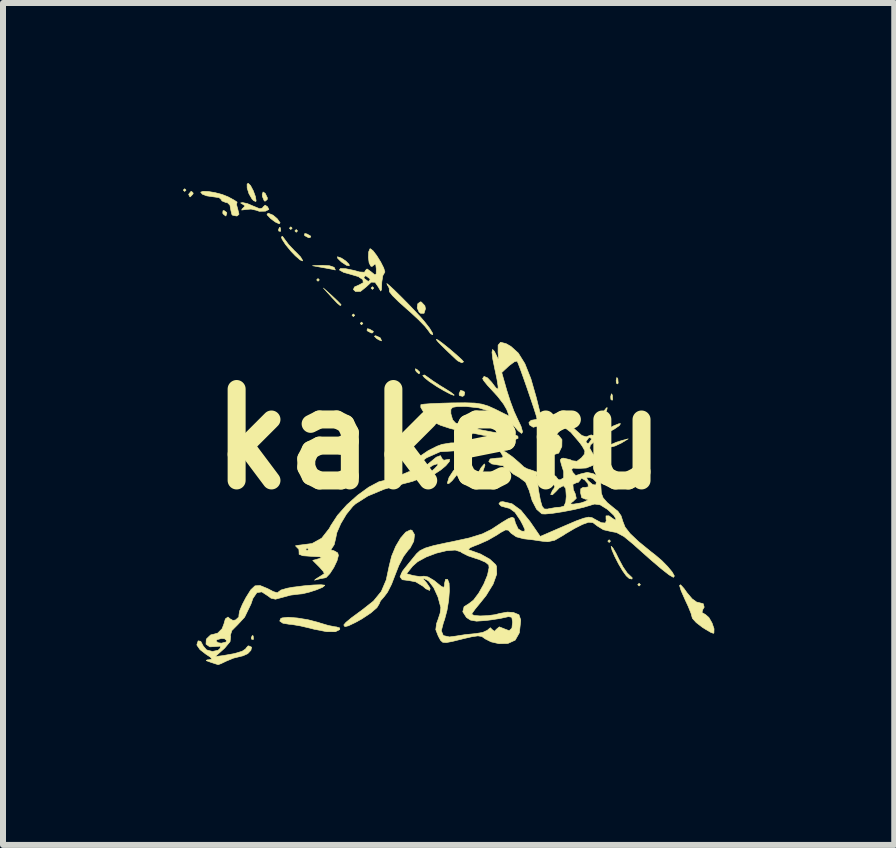
<source format=kicad_pcb>
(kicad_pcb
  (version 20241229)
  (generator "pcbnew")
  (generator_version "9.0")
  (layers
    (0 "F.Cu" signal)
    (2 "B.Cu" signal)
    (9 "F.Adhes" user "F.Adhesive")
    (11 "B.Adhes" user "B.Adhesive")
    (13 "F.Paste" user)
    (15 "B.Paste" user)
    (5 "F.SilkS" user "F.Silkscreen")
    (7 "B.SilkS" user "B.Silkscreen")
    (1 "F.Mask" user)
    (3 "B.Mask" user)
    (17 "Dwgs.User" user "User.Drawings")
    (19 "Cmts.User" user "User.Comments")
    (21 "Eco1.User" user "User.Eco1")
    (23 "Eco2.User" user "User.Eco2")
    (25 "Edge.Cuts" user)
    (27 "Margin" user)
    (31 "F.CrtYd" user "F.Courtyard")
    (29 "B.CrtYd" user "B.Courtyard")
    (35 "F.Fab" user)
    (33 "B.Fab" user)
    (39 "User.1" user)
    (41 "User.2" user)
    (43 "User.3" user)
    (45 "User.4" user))
  (footprint "kakeru"
    (layer "F.Cu")
    (at 4.269 4.269)
    (property "Reference" "kakeru" (at 0 0 0) (layer "F.SilkS") (effects (font (size 1.524 1.524) (thickness 0.3))))
    (attr through_hole)
    (fp_poly (pts (xy -4.218 -4.15) (xy -4.241 -4.128) (xy -4.264 -4.15) (xy -4.241 -4.173) (xy -4.218 -4.15)) (stroke (width 0.01) (type solid)) (fill yes) (layer "F.SilkS"))
    (fp_poly (pts (xy -2.449 -3.515) (xy -2.472 -3.493) (xy -2.495 -3.515) (xy -2.472 -3.538) (xy -2.449 -3.515)) (stroke (width 0.01) (type solid)) (fill yes) (layer "F.SilkS"))
    (fp_poly (pts (xy -2.359 -3.47) (xy -2.381 -3.447) (xy -2.404 -3.47) (xy -2.381 -3.493) (xy -2.359 -3.47)) (stroke (width 0.01) (type solid)) (fill yes) (layer "F.SilkS"))
    (fp_poly (pts (xy -1.996 -2.653) (xy -2.018 -2.631) (xy -2.041 -2.653) (xy -2.018 -2.676) (xy -1.996 -2.653)) (stroke (width 0.01) (type solid)) (fill yes) (layer "F.SilkS"))
    (fp_poly (pts (xy -1.406 -2.064) (xy -1.429 -2.041) (xy -1.451 -2.064) (xy -1.429 -2.086) (xy -1.406 -2.064)) (stroke (width 0.01) (type solid)) (fill yes) (layer "F.SilkS"))
    (fp_poly (pts (xy -1.27 -1.928) (xy -1.293 -1.905) (xy -1.315 -1.928) (xy -1.293 -1.95) (xy -1.27 -1.928)) (stroke (width 0.01) (type solid)) (fill yes) (layer "F.SilkS"))
    (fp_poly (pts (xy -1.089 -2.517) (xy -1.111 -2.495) (xy -1.134 -2.517) (xy -1.111 -2.54) (xy -1.089 -2.517)) (stroke (width 0.01) (type solid)) (fill yes) (layer "F.SilkS"))
    (fp_poly (pts (xy 0.454 0.522) (xy 0.431 0.544) (xy 0.408 0.522) (xy 0.431 0.499) (xy 0.454 0.522)) (stroke (width 0.01) (type solid)) (fill yes) (layer "F.SilkS"))
    (fp_poly (pts (xy 2.721 0.159) (xy 2.699 0.181) (xy 2.676 0.159) (xy 2.699 0.136) (xy 2.721 0.159)) (stroke (width 0.01) (type solid)) (fill yes) (layer "F.SilkS"))
    (fp_poly (pts (xy 2.857 1.701) (xy 2.835 1.724) (xy 2.812 1.701) (xy 2.835 1.678) (xy 2.857 1.701)) (stroke (width 0.01) (type solid)) (fill yes) (layer "F.SilkS"))
    (fp_poly (pts (xy 3.356 2.427) (xy 3.334 2.449) (xy 3.311 2.427) (xy 3.334 2.404) (xy 3.356 2.427)) (stroke (width 0.01) (type solid)) (fill yes) (layer "F.SilkS"))
    (fp_poly (pts (xy -3.099 3.281) (xy -3.094 3.335) (xy -3.099 3.341) (xy -3.126 3.335) (xy -3.13 3.311) (xy -3.113 3.274) (xy -3.099 3.281)) (stroke (width 0.01) (type solid)) (fill yes) (layer "F.SilkS"))
    (fp_poly (pts (xy -2.646 -3.523) (xy -2.64 -3.469) (xy -2.646 -3.462) (xy -2.673 -3.468) (xy -2.676 -3.493) (xy -2.659 -3.53) (xy -2.646 -3.523)) (stroke (width 0.01) (type solid)) (fill yes) (layer "F.SilkS"))
    (fp_poly (pts (xy 0.53 0.536) (xy 0.535 0.607) (xy 0.526 0.623) (xy 0.506 0.609) (xy 0.503 0.563) (xy 0.514 0.515) (xy 0.53 0.536)) (stroke (width 0.01) (type solid)) (fill yes) (layer "F.SilkS"))
    (fp_poly (pts (xy 2.888 -0.734) (xy 2.894 -0.663) (xy 2.885 -0.647) (xy 2.864 -0.661) (xy 2.861 -0.707) (xy 2.872 -0.755) (xy 2.888 -0.734)) (stroke (width 0.01) (type solid)) (fill yes) (layer "F.SilkS"))
    (fp_poly (pts (xy 2.979 -1.006) (xy 2.985 -0.935) (xy 2.976 -0.919) (xy 2.955 -0.933) (xy 2.952 -0.979) (xy 2.963 -1.027) (xy 2.979 -1.006)) (stroke (width 0.01) (type solid)) (fill yes) (layer "F.SilkS"))
    (fp_poly (pts (xy -2.202 -3.419) (xy -2.138 -3.382) (xy -2.149 -3.359) (xy -2.174 -3.356) (xy -2.236 -3.389) (xy -2.245 -3.401) (xy -2.238 -3.427) (xy -2.202 -3.419)) (stroke (width 0.01) (type solid)) (fill yes) (layer "F.SilkS"))
    (fp_poly (pts (xy -1.159 -1.832) (xy -1.095 -1.795) (xy -1.106 -1.771) (xy -1.131 -1.769) (xy -1.193 -1.802) (xy -1.202 -1.814) (xy -1.194 -1.84) (xy -1.159 -1.832)) (stroke (width 0.01) (type solid)) (fill yes) (layer "F.SilkS"))
    (fp_poly (pts (xy -0.985 -1.691) (xy -0.975 -1.678) (xy -0.959 -1.637) (xy -1.002 -1.653) (xy -1.043 -1.678) (xy -1.078 -1.715) (xy -1.057 -1.723) (xy -0.985 -1.691)) (stroke (width 0.01) (type solid)) (fill yes) (layer "F.SilkS"))
    (fp_poly (pts (xy -0.37 -1.161) (xy -0.321 -1.115) (xy -0.331 -1.089) (xy -0.338 -1.089) (xy -0.376 -1.121) (xy -0.39 -1.141) (xy -0.395 -1.172) (xy -0.37 -1.161)) (stroke (width 0.01) (type solid)) (fill yes) (layer "F.SilkS"))
    (fp_poly (pts (xy 0.411 -0.797) (xy 0.428 -0.776) (xy 0.417 -0.727) (xy 0.393 -0.712) (xy 0.34 -0.725) (xy 0.333 -0.753) (xy 0.358 -0.812) (xy 0.411 -0.797)) (stroke (width 0.01) (type solid)) (fill yes) (layer "F.SilkS"))
    (fp_poly (pts (xy -4.098 -4.1) (xy -4.105 -4.082) (xy -4.146 -4.039) (xy -4.153 -4.037) (xy -4.172 -4.072) (xy -4.173 -4.082) (xy -4.138 -4.126) (xy -4.125 -4.128) (xy -4.098 -4.1)) (stroke (width 0.01) (type solid)) (fill yes) (layer "F.SilkS"))
    (fp_poly (pts (xy -3.54 -3.777) (xy -3.538 -3.765) (xy -3.553 -3.72) (xy -3.558 -3.719) (xy -3.597 -3.751) (xy -3.606 -3.765) (xy -3.602 -3.806) (xy -3.586 -3.81) (xy -3.54 -3.777)) (stroke (width 0.01) (type solid)) (fill yes) (layer "F.SilkS"))
    (fp_poly (pts (xy -2.898 -4.095) (xy -2.862 -4.021) (xy -2.865 -3.993) (xy -2.901 -3.965) (xy -2.915 -3.973) (xy -2.945 -4.044) (xy -2.948 -4.076) (xy -2.934 -4.119) (xy -2.898 -4.095)) (stroke (width 0.01) (type solid)) (fill yes) (layer "F.SilkS"))
    (fp_poly (pts (xy 0.438 0.618) (xy 0.431 0.635) (xy 0.371 0.679) (xy 0.358 0.68) (xy 0.333 0.652) (xy 0.34 0.635) (xy 0.4 0.591) (xy 0.414 0.59) (xy 0.438 0.618)) (stroke (width 0.01) (type solid)) (fill yes) (layer "F.SilkS"))
    (fp_poly (pts (xy -2.769 -3.733) (xy -2.699 -3.674) (xy -2.65 -3.606) (xy -2.665 -3.588) (xy -2.731 -3.619) (xy -2.806 -3.675) (xy -2.869 -3.741) (xy -2.851 -3.765) (xy -2.847 -3.765) (xy -2.769 -3.733)) (stroke (width 0.01) (type solid)) (fill yes) (layer "F.SilkS"))
    (fp_poly (pts (xy -1.78 -2.384) (xy -1.691 -2.3) (xy -1.639 -2.246) (xy -1.633 -2.237) (xy -1.647 -2.225) (xy -1.697 -2.266) (xy -1.793 -2.368) (xy -1.794 -2.37) (xy -1.928 -2.517) (xy -1.78 -2.384)) (stroke (width 0.01) (type solid)) (fill yes) (layer "F.SilkS"))
    (fp_poly (pts (xy -0.295 -2.284) (xy -0.237 -2.222) (xy -0.227 -2.172) (xy -0.251 -2.097) (xy -0.309 -2.097) (xy -0.333 -2.117) (xy -0.365 -2.186) (xy -0.355 -2.256) (xy -0.312 -2.288) (xy -0.295 -2.284)) (stroke (width 0.01) (type solid)) (fill yes) (layer "F.SilkS"))
    (fp_poly (pts (xy 0.765 0.434) (xy 0.732 0.531) (xy 0.705 0.596) (xy 0.661 0.683) (xy 0.64 0.689) (xy 0.637 0.655) (xy 0.662 0.545) (xy 0.702 0.474) (xy 0.755 0.414) (xy 0.765 0.434)) (stroke (width 0.01) (type solid)) (fill yes) (layer "F.SilkS"))
    (fp_poly (pts (xy 3.039 0.065) (xy 2.933 0.115) (xy 2.857 0.133) (xy 2.812 0.128) (xy 2.848 0.1) (xy 2.857 0.095) (xy 2.954 0.053) (xy 3.039 0.026) (xy 3.152 -0.004) (xy 3.039 0.065)) (stroke (width 0.01) (type solid)) (fill yes) (layer "F.SilkS"))
    (fp_poly (pts (xy -1.825 -2.889) (xy -1.752 -2.864) (xy -1.746 -2.857) (xy -1.729 -2.819) (xy -1.732 -2.819) (xy -1.781 -2.83) (xy -1.887 -2.85) (xy -1.928 -2.857) (xy -2.109 -2.89) (xy -1.942 -2.896) (xy -1.825 -2.889)) (stroke (width 0.01) (type solid)) (fill yes) (layer "F.SilkS"))
    (fp_poly (pts (xy -1.627 -3.016) (xy -1.553 -2.966) (xy -1.501 -2.913) (xy -1.497 -2.888) (xy -1.544 -2.897) (xy -1.625 -2.951) (xy -1.627 -2.952) (xy -1.689 -3.012) (xy -1.694 -3.039) (xy -1.692 -3.039) (xy -1.627 -3.016)) (stroke (width 0.01) (type solid)) (fill yes) (layer "F.SilkS"))
    (fp_poly (pts (xy 1.986 -0.069) (xy 2.048 0.009) (xy 2.046 0.124) (xy 1.994 0.234) (xy 1.922 0.256) (xy 1.84 0.2) (xy 1.785 0.103) (xy 1.787 0.001) (xy 1.841 -0.071) (xy 1.873 -0.083) (xy 1.986 -0.069)) (stroke (width 0.01) (type solid)) (fill yes) (layer "F.SilkS"))
    (fp_poly (pts (xy -3.143 -4.226) (xy -3.097 -4.139) (xy -3.061 -4.041) (xy -3.05 -3.971) (xy -3.055 -3.96) (xy -3.092 -3.975) (xy -3.118 -4.002) (xy -3.169 -4.09) (xy -3.199 -4.184) (xy -3.2 -4.25) (xy -3.182 -4.264) (xy -3.143 -4.226)) (stroke (width 0.01) (type solid)) (fill yes) (layer "F.SilkS"))
    (fp_poly (pts (xy 2.793 -0.478) (xy 2.749 -0.39) (xy 2.69 -0.291) (xy 2.634 -0.211) (xy 2.601 -0.181) (xy 2.608 -0.216) (xy 2.65 -0.305) (xy 2.681 -0.362) (xy 2.745 -0.465) (xy 2.791 -0.521) (xy 2.803 -0.523) (xy 2.793 -0.478)) (stroke (width 0.01) (type solid)) (fill yes) (layer "F.SilkS"))
    (fp_poly (pts (xy 0.368 0.484) (xy 0.365 0.489) (xy 0.293 0.599) (xy 0.22 0.69) (xy 0.162 0.742) (xy 0.137 0.737) (xy 0.137 0.735) (xy 0.166 0.64) (xy 0.237 0.53) (xy 0.319 0.449) (xy 0.344 0.436) (xy 0.387 0.431) (xy 0.368 0.484)) (stroke (width 0.01) (type solid)) (fill yes) (layer "F.SilkS"))
    (fp_poly (pts (xy -2.577 -3.334) (xy -2.51 -3.244) (xy -2.41 -3.138) (xy -2.389 -3.119) (xy -2.309 -3.036) (xy -2.275 -2.979) (xy -2.276 -2.97) (xy -2.317 -2.987) (xy -2.397 -3.057) (xy -2.466 -3.129) (xy -2.558 -3.241) (xy -2.617 -3.332) (xy -2.629 -3.368) (xy -2.611 -3.38) (xy -2.577 -3.334)) (stroke (width 0.01) (type solid)) (fill yes) (layer "F.SilkS"))
    (fp_poly (pts (xy -0.193 -1.034) (xy -0.107 -0.972) (xy 0.02 -0.889) (xy 0.091 -0.846) (xy 0.196 -0.78) (xy 0.25 -0.737) (xy 0.249 -0.728) (xy 0.189 -0.75) (xy 0.078 -0.808) (xy -0.034 -0.874) (xy -0.159 -0.957) (xy -0.245 -1.026) (xy -0.272 -1.061) (xy -0.244 -1.069) (xy -0.193 -1.034)) (stroke (width 0.01) (type solid)) (fill yes) (layer "F.SilkS"))
    (fp_poly (pts (xy -0.014 -1.649) (xy 0.068 -1.588) (xy 0.181 -1.497) (xy 0.297 -1.397) (xy 0.379 -1.322) (xy 0.408 -1.288) (xy 0.379 -1.272) (xy 0.315 -1.302) (xy 0.289 -1.323) (xy 0.134 -1.47) (xy 0.035 -1.567) (xy -0.02 -1.624) (xy -0.043 -1.654) (xy -0.045 -1.663) (xy -0.014 -1.649)) (stroke (width 0.01) (type solid)) (fill yes) (layer "F.SilkS"))
    (fp_poly (pts (xy 2.896 1.814) (xy 2.948 1.903) (xy 2.995 1.999) (xy 3.067 2.133) (xy 3.137 2.234) (xy 3.172 2.267) (xy 3.219 2.312) (xy 3.216 2.333) (xy 3.17 2.324) (xy 3.12 2.279) (xy 3.06 2.196) (xy 2.991 2.079) (xy 2.927 1.954) (xy 2.882 1.849) (xy 2.868 1.791) (xy 2.869 1.787) (xy 2.896 1.814)) (stroke (width 0.01) (type solid)) (fill yes) (layer "F.SilkS"))
    (fp_poly (pts (xy -3.195 -3.925) (xy -3.087 -3.879) (xy -3.086 -3.879) (xy -2.989 -3.839) (xy -2.943 -3.852) (xy -2.935 -3.867) (xy -2.9 -3.899) (xy -2.86 -3.873) (xy -2.837 -3.828) (xy -2.895 -3.799) (xy -2.998 -3.797) (xy -3.045 -3.814) (xy -3.134 -3.834) (xy -3.22 -3.827) (xy -3.291 -3.818) (xy -3.28 -3.84) (xy -3.272 -3.846) (xy -3.233 -3.887) (xy -3.272 -3.914) (xy -3.308 -3.936) (xy -3.275 -3.942) (xy -3.195 -3.925)) (stroke (width 0.01) (type solid)) (fill yes) (layer "F.SilkS"))
    (fp_poly (pts (xy -2.364 2.982) (xy -2.186 3.011) (xy -2.016 3.055) (xy -1.981 3.067) (xy -1.846 3.107) (xy -1.734 3.129) (xy -1.715 3.13) (xy -1.656 3.148) (xy -1.656 3.175) (xy -1.729 3.211) (xy -1.875 3.21) (xy -2.081 3.17) (xy -2.154 3.151) (xy -2.312 3.114) (xy -2.454 3.09) (xy -2.503 3.086) (xy -2.604 3.069) (xy -2.656 3.033) (xy -2.64 2.992) (xy -2.617 2.981) (xy -2.518 2.97) (xy -2.364 2.982)) (stroke (width 0.01) (type solid)) (fill yes) (layer "F.SilkS"))
    (fp_poly (pts (xy -0.829 -2.559) (xy -0.749 -2.485) (xy -0.645 -2.383) (xy -0.528 -2.265) (xy -0.412 -2.144) (xy -0.308 -2.032) (xy -0.245 -1.959) (xy -0.159 -1.849) (xy -0.11 -1.768) (xy -0.105 -1.74) (xy -0.141 -1.755) (xy -0.179 -1.809) (xy -0.235 -1.88) (xy -0.341 -1.989) (xy -0.48 -2.118) (xy -0.542 -2.172) (xy -0.676 -2.292) (xy -0.776 -2.391) (xy -0.826 -2.454) (xy -0.829 -2.467) (xy -0.832 -2.518) (xy -0.863 -2.573) (xy -0.871 -2.593) (xy -0.829 -2.559)) (stroke (width 0.01) (type solid)) (fill yes) (layer "F.SilkS"))
    (fp_poly (pts (xy 4.083 2.492) (xy 4.132 2.561) (xy 4.216 2.661) (xy 4.293 2.717) (xy 4.313 2.721) (xy 4.403 2.744) (xy 4.419 2.802) (xy 4.397 2.838) (xy 4.381 2.891) (xy 4.439 2.924) (xy 4.497 2.974) (xy 4.55 3.066) (xy 4.583 3.163) (xy 4.581 3.231) (xy 4.574 3.238) (xy 4.531 3.223) (xy 4.439 3.169) (xy 4.388 3.137) (xy 4.286 3.058) (xy 4.225 2.991) (xy 4.218 2.972) (xy 4.2 2.905) (xy 4.152 2.787) (xy 4.102 2.68) (xy 4.034 2.526) (xy 4.008 2.441) (xy 4.025 2.428) (xy 4.083 2.492)) (stroke (width 0.01) (type solid)) (fill yes) (layer "F.SilkS"))
    (fp_poly (pts (xy -3.847 -4.127) (xy -3.734 -4.108) (xy -3.615 -4.077) (xy -3.515 -4.037) (xy -3.416 -3.983) (xy -3.367 -3.95) (xy -3.368 -3.946) (xy -3.377 -3.91) (xy -3.356 -3.833) (xy -3.335 -3.748) (xy -3.365 -3.72) (xy -3.38 -3.719) (xy -3.443 -3.732) (xy -3.453 -3.742) (xy -3.468 -3.802) (xy -3.47 -3.81) (xy -3.486 -3.897) (xy -3.487 -3.901) (xy -3.529 -3.941) (xy -3.561 -3.946) (xy -3.621 -3.971) (xy -3.629 -3.991) (xy -3.668 -4.025) (xy -3.753 -4.037) (xy -3.872 -4.054) (xy -3.946 -4.082) (xy -3.974 -4.116) (xy -3.934 -4.13) (xy -3.847 -4.127)) (stroke (width 0.01) (type solid)) (fill yes) (layer "F.SilkS"))
    (fp_poly (pts (xy -0.451 1.521) (xy -0.41 1.593) (xy -0.422 1.702) (xy -0.482 1.816) (xy -0.52 1.858) (xy -0.593 1.956) (xy -0.671 2.107) (xy -0.73 2.257) (xy -0.792 2.418) (xy -0.859 2.551) (xy -0.913 2.623) (xy -0.978 2.698) (xy -0.998 2.746) (xy -1.036 2.809) (xy -1.137 2.897) (xy -1.283 2.994) (xy -1.392 3.055) (xy -1.511 3.112) (xy -1.57 3.126) (xy -1.587 3.102) (xy -1.587 3.096) (xy -1.552 3.055) (xy -1.46 2.979) (xy -1.328 2.882) (xy -1.293 2.857) (xy -1.094 2.7) (xy -0.963 2.54) (xy -0.881 2.348) (xy -0.833 2.121) (xy -0.791 1.952) (xy -0.723 1.788) (xy -0.64 1.648) (xy -0.555 1.551) (xy -0.478 1.514) (xy -0.451 1.521)) (stroke (width 0.01) (type solid)) (fill yes) (layer "F.SilkS"))
    (fp_poly (pts (xy -1.1 -3.138) (xy -1.037 -3.055) (xy -0.973 -2.951) (xy -0.923 -2.852) (xy -0.903 -2.786) (xy -0.91 -2.774) (xy -0.938 -2.724) (xy -0.955 -2.618) (xy -0.956 -2.593) (xy -0.96 -2.49) (xy -0.973 -2.468) (xy -1.003 -2.518) (xy -1.008 -2.529) (xy -1.067 -2.614) (xy -1.131 -2.616) (xy -1.212 -2.54) (xy -1.309 -2.462) (xy -1.393 -2.46) (xy -1.428 -2.493) (xy -1.411 -2.535) (xy -1.339 -2.567) (xy -1.265 -2.606) (xy -1.27 -2.657) (xy -1.323 -2.693) (xy -1.255 -2.693) (xy -1.247 -2.676) (xy -1.187 -2.632) (xy -1.174 -2.631) (xy -1.149 -2.659) (xy -1.157 -2.676) (xy -1.217 -2.72) (xy -1.23 -2.721) (xy -1.255 -2.693) (xy -1.323 -2.693) (xy -1.344 -2.708) (xy -1.479 -2.748) (xy -1.479 -2.748) (xy -1.591 -2.779) (xy -1.658 -2.817) (xy -1.661 -2.821) (xy -1.643 -2.844) (xy -1.556 -2.84) (xy -1.416 -2.811) (xy -1.327 -2.786) (xy -1.243 -2.781) (xy -1.225 -2.814) (xy -1.2 -2.836) (xy -1.134 -2.789) (xy -1.07 -2.737) (xy -1.048 -2.754) (xy -1.047 -2.839) (xy -1.056 -2.914) (xy -1.072 -2.917) (xy -1.073 -2.914) (xy -1.118 -2.877) (xy -1.138 -2.883) (xy -1.166 -2.937) (xy -1.178 -3.029) (xy -1.174 -3.12) (xy -1.153 -3.171) (xy -1.145 -3.173) (xy -1.1 -3.138)) (stroke (width 0.01) (type solid)) (fill yes) (layer "F.SilkS"))
    (fp_poly (pts (xy 0.045 0.319) (xy 0.045 0.322) (xy 0.078 0.353) (xy 0.113 0.346) (xy 0.174 0.337) (xy 0.172 0.373) (xy 0.113 0.443) (xy 0.028 0.514) (xy -0.076 0.582) (xy -0.142 0.603) (xy -0.156 0.582) (xy -0.105 0.519) (xy -0.077 0.495) (xy -0.021 0.436) (xy -0.023 0.41) (xy -0.024 0.41) (xy -0.107 0.437) (xy -0.199 0.503) (xy -0.262 0.578) (xy -0.272 0.61) (xy -0.316 0.655) (xy -0.441 0.704) (xy -0.601 0.746) (xy -0.918 0.836) (xy -1.188 0.949) (xy -1.391 1.078) (xy -1.44 1.122) (xy -1.545 1.252) (xy -1.638 1.408) (xy -1.704 1.559) (xy -1.724 1.657) (xy -1.749 1.761) (xy -1.778 1.805) (xy -1.805 1.849) (xy -1.755 1.86) (xy -1.69 1.897) (xy -1.678 1.939) (xy -1.701 2.027) (xy -1.754 2.139) (xy -1.821 2.242) (xy -1.881 2.306) (xy -1.901 2.313) (xy -1.977 2.326) (xy -2.026 2.339) (xy -2.076 2.352) (xy -2.049 2.329) (xy -2.018 2.31) (xy -1.942 2.262) (xy -1.913 2.242) (xy -1.93 2.206) (xy -1.994 2.134) (xy -2.002 2.126) (xy -2.106 2.022) (xy -1.994 1.991) (xy -1.954 1.972) (xy -1.997 1.961) (xy -2.123 1.955) (xy -2.272 1.944) (xy -2.334 1.92) (xy -2.333 1.9) (xy -2.337 1.837) (xy -2.223 1.837) (xy -2.2 1.86) (xy -2.177 1.837) (xy -2.2 1.814) (xy -2.223 1.837) (xy -2.337 1.837) (xy -2.337 1.837) (xy -2.364 1.81) (xy -2.394 1.779) (xy -2.34 1.769) (xy -2.336 1.769) (xy -2.118 1.741) (xy -1.957 1.652) (xy -1.83 1.49) (xy -1.804 1.441) (xy -1.693 1.271) (xy -1.538 1.097) (xy -1.358 0.936) (xy -1.173 0.802) (xy -1.002 0.711) (xy -0.871 0.68) (xy -0.781 0.66) (xy -0.658 0.611) (xy -0.634 0.599) (xy -0.508 0.545) (xy -0.401 0.52) (xy -0.388 0.519) (xy -0.299 0.492) (xy -0.189 0.42) (xy -0.162 0.397) (xy -0.045 0.301) (xy 0.023 0.276) (xy 0.045 0.319)) (stroke (width 0.01) (type solid)) (fill yes) (layer "F.SilkS"))
    (fp_poly (pts (xy -1.908 2.435) (xy -1.905 2.439) (xy -1.944 2.471) (xy -2.04 2.511) (xy -2.163 2.551) (xy -2.28 2.579) (xy -2.343 2.585) (xy -2.474 2.601) (xy -2.615 2.639) (xy -2.727 2.669) (xy -2.802 2.652) (xy -2.848 2.617) (xy -2.955 2.547) (xy -3.037 2.559) (xy -3.104 2.657) (xy -3.136 2.75) (xy -3.242 2.969) (xy -3.351 3.087) (xy -3.454 3.191) (xy -3.48 3.273) (xy -3.475 3.291) (xy -3.484 3.376) (xy -3.572 3.482) (xy -3.589 3.498) (xy -3.733 3.626) (xy -3.601 3.609) (xy -3.414 3.576) (xy -3.283 3.537) (xy -3.222 3.496) (xy -3.22 3.488) (xy -3.185 3.449) (xy -3.172 3.447) (xy -3.125 3.469) (xy -3.137 3.521) (xy -3.19 3.577) (xy -3.27 3.613) (xy -3.284 3.616) (xy -3.426 3.651) (xy -3.543 3.699) (xy -3.635 3.743) (xy -3.682 3.76) (xy -3.683 3.76) (xy -3.731 3.745) (xy -3.81 3.719) (xy -3.881 3.693) (xy -3.868 3.681) (xy -3.833 3.678) (xy -3.787 3.667) (xy -3.81 3.636) (xy -3.889 3.584) (xy -3.985 3.509) (xy -4.035 3.437) (xy -4.037 3.425) (xy -4.016 3.363) (xy -3.973 3.371) (xy -3.934 3.444) (xy -3.933 3.447) (xy -3.876 3.514) (xy -3.778 3.54) (xy -3.683 3.52) (xy -3.647 3.485) (xy -3.648 3.451) (xy -3.707 3.457) (xy -3.821 3.463) (xy -3.885 3.419) (xy -3.882 3.366) (xy -3.719 3.366) (xy -3.681 3.395) (xy -3.629 3.402) (xy -3.555 3.384) (xy -3.538 3.359) (xy -3.576 3.328) (xy -3.629 3.324) (xy -3.702 3.344) (xy -3.719 3.366) (xy -3.882 3.366) (xy -3.881 3.342) (xy -3.871 3.324) (xy -3.807 3.264) (xy -3.766 3.255) (xy -3.69 3.234) (xy -3.617 3.161) (xy -3.583 3.072) (xy -3.583 3.068) (xy -3.562 2.997) (xy -3.519 2.966) (xy -3.484 2.996) (xy -3.436 3.023) (xy -3.392 3.015) (xy -3.338 2.966) (xy -3.336 2.933) (xy -3.326 2.868) (xy -3.278 2.754) (xy -3.22 2.643) (xy -3.138 2.512) (xy -3.068 2.446) (xy -2.984 2.441) (xy -2.861 2.491) (xy -2.764 2.542) (xy -2.694 2.563) (xy -2.676 2.546) (xy -2.635 2.516) (xy -2.531 2.486) (xy -2.438 2.469) (xy -2.254 2.446) (xy -2.09 2.432) (xy -1.967 2.428) (xy -1.908 2.435)) (stroke (width 0.01) (type solid)) (fill yes) (layer "F.SilkS"))
    (fp_poly (pts (xy 1.116 -1.591) (xy 1.197 -1.545) (xy 1.32 -1.434) (xy 1.43 -1.257) (xy 1.53 -1.006) (xy 1.621 -0.689) (xy 1.7 -0.372) (xy 1.908 -0.344) (xy 2.083 -0.298) (xy 2.228 -0.198) (xy 2.267 -0.159) (xy 2.379 -0.06) (xy 2.453 -0.037) (xy 2.473 -0.046) (xy 2.535 -0.07) (xy 2.553 -0.062) (xy 2.605 -0.068) (xy 2.706 -0.111) (xy 2.791 -0.157) (xy 2.912 -0.222) (xy 2.998 -0.256) (xy 3.024 -0.257) (xy 3.003 -0.224) (xy 2.922 -0.168) (xy 2.873 -0.141) (xy 2.735 -0.061) (xy 2.612 0.021) (xy 2.591 0.037) (xy 2.521 0.1) (xy 2.511 0.152) (xy 2.558 0.236) (xy 2.566 0.248) (xy 2.619 0.337) (xy 2.619 0.387) (xy 2.565 0.435) (xy 2.56 0.439) (xy 2.453 0.482) (xy 2.328 0.489) (xy 2.233 0.484) (xy 2.209 0.508) (xy 2.227 0.553) (xy 2.277 0.608) (xy 2.349 0.585) (xy 2.352 0.583) (xy 2.469 0.555) (xy 2.567 0.576) (xy 2.654 0.618) (xy 2.691 0.684) (xy 2.698 0.798) (xy 2.704 0.9) (xy 2.734 0.98) (xy 2.804 1.06) (xy 2.928 1.162) (xy 2.98 1.202) (xy 3.033 1.278) (xy 3.064 1.375) (xy 3.1 1.467) (xy 3.184 1.575) (xy 3.324 1.708) (xy 3.53 1.876) (xy 3.601 1.931) (xy 3.712 2.025) (xy 3.811 2.126) (xy 3.886 2.217) (xy 3.922 2.282) (xy 3.907 2.304) (xy 3.901 2.302) (xy 3.832 2.262) (xy 3.703 2.161) (xy 3.518 2.003) (xy 3.282 1.793) (xy 3.244 1.758) (xy 3.083 1.625) (xy 2.957 1.557) (xy 2.873 1.542) (xy 2.739 1.511) (xy 2.64 1.45) (xy 2.564 1.392) (xy 2.492 1.386) (xy 2.393 1.421) (xy 2.262 1.487) (xy 2.111 1.576) (xy 2.064 1.607) (xy 1.927 1.686) (xy 1.812 1.711) (xy 1.724 1.703) (xy 1.561 1.679) (xy 1.411 1.662) (xy 1.287 1.629) (xy 1.199 1.568) (xy 1.197 1.565) (xy 1.154 1.518) (xy 1.107 1.514) (xy 1.028 1.556) (xy 0.965 1.598) (xy 0.81 1.687) (xy 0.644 1.76) (xy 0.612 1.771) (xy 0.518 1.81) (xy 0.487 1.839) (xy 0.499 1.847) (xy 0.689 1.915) (xy 0.845 2.002) (xy 0.942 2.092) (xy 0.957 2.12) (xy 0.961 2.249) (xy 0.901 2.417) (xy 0.783 2.609) (xy 0.68 2.737) (xy 0.599 2.836) (xy 0.55 2.905) (xy 0.544 2.92) (xy 0.584 2.94) (xy 0.683 2.948) (xy 0.809 2.943) (xy 0.933 2.927) (xy 1.009 2.907) (xy 1.138 2.884) (xy 1.238 2.89) (xy 1.331 2.928) (xy 1.36 3.012) (xy 1.36 3.033) (xy 1.338 3.229) (xy 1.269 3.351) (xy 1.146 3.407) (xy 0.998 3.41) (xy 0.867 3.38) (xy 0.766 3.329) (xy 0.763 3.326) (xy 0.712 3.29) (xy 0.647 3.28) (xy 0.544 3.295) (xy 0.397 3.329) (xy 0.225 3.372) (xy 0.121 3.392) (xy 0.061 3.387) (xy 0.025 3.355) (xy -0.009 3.292) (xy -0.015 3.28) (xy -0.055 3.176) (xy -0.042 3.075) (xy -0.02 3.016) (xy 0.018 2.9) (xy 0.029 2.812) (xy 0.029 2.809) (xy -0.018 2.633) (xy -0.089 2.477) (xy -0.169 2.371) (xy -0.196 2.352) (xy -0.263 2.319) (xy -0.264 2.333) (xy -0.208 2.398) (xy -0.149 2.486) (xy -0.158 2.523) (xy -0.221 2.495) (xy -0.268 2.453) (xy -0.388 2.38) (xy -0.496 2.359) (xy -0.614 2.344) (xy -0.651 2.295) (xy -0.629 2.245) (xy -0.543 2.245) (xy -0.426 2.276) (xy -0.317 2.292) (xy -0.252 2.285) (xy -0.184 2.298) (xy -0.084 2.357) (xy -0.052 2.383) (xy 0.038 2.456) (xy 0.079 2.473) (xy 0.09 2.437) (xy 0.091 2.405) (xy 0.108 2.338) (xy 0.142 2.339) (xy 0.167 2.402) (xy 0.172 2.526) (xy 0.16 2.685) (xy 0.132 2.855) (xy 0.091 3.009) (xy 0.073 3.057) (xy 0.037 3.195) (xy 0.07 3.275) (xy 0.173 3.298) (xy 0.272 3.285) (xy 0.432 3.26) (xy 0.6 3.243) (xy 0.606 3.243) (xy 0.727 3.223) (xy 0.807 3.186) (xy 0.816 3.176) (xy 0.855 3.144) (xy 0.884 3.175) (xy 0.924 3.204) (xy 0.957 3.169) (xy 1.004 3.13) (xy 1.08 3.16) (xy 1.082 3.161) (xy 1.169 3.194) (xy 1.214 3.151) (xy 1.225 3.049) (xy 1.212 2.97) (xy 1.156 2.959) (xy 1.123 2.967) (xy 1.018 2.99) (xy 0.868 3.013) (xy 0.782 3.024) (xy 0.624 3.035) (xy 0.523 3.017) (xy 0.456 2.973) (xy 0.395 2.878) (xy 0.417 2.793) (xy 0.493 2.746) (xy 0.573 2.685) (xy 0.662 2.566) (xy 0.745 2.418) (xy 0.807 2.268) (xy 0.833 2.144) (xy 0.828 2.098) (xy 0.774 2.053) (xy 0.666 2.006) (xy 0.619 1.992) (xy 0.483 1.946) (xy 0.378 1.893) (xy 0.36 1.879) (xy 0.269 1.85) (xy 0.125 1.86) (xy -0.044 1.901) (xy -0.214 1.965) (xy -0.358 2.044) (xy -0.441 2.117) (xy -0.543 2.245) (xy -0.629 2.245) (xy -0.611 2.204) (xy -0.569 2.15) (xy -0.471 2.029) (xy -0.38 1.917) (xy -0.377 1.913) (xy -0.32 1.861) (xy -0.231 1.817) (xy -0.093 1.776) (xy 0.113 1.731) (xy 0.205 1.713) (xy 0.503 1.648) (xy 0.722 1.58) (xy 0.874 1.505) (xy 0.88 1.501) (xy 1.048 1.39) (xy 1.155 1.326) (xy 1.217 1.303) (xy 1.249 1.319) (xy 1.265 1.37) (xy 1.27 1.395) (xy 1.318 1.497) (xy 1.378 1.535) (xy 1.425 1.537) (xy 1.431 1.508) (xy 1.395 1.429) (xy 1.355 1.354) (xy 1.265 1.22) (xy 1.176 1.155) (xy 1.122 1.142) (xy 1.035 1.117) (xy 0.997 1.078) (xy 1.021 1.048) (xy 1.063 1.043) (xy 1.215 1.078) (xy 1.363 1.186) (xy 1.515 1.374) (xy 1.686 1.623) (xy 2.094 1.446) (xy 2.283 1.365) (xy 2.41 1.319) (xy 2.492 1.301) (xy 2.55 1.31) (xy 2.599 1.338) (xy 2.704 1.394) (xy 2.773 1.399) (xy 2.788 1.353) (xy 2.783 1.338) (xy 2.782 1.28) (xy 2.831 1.279) (xy 2.894 1.324) (xy 2.94 1.352) (xy 2.948 1.33) (xy 2.915 1.274) (xy 2.832 1.194) (xy 2.801 1.168) (xy 2.685 1.096) (xy 2.593 1.083) (xy 2.545 1.096) (xy 2.413 1.136) (xy 2.244 1.176) (xy 2.062 1.211) (xy 1.895 1.237) (xy 1.768 1.249) (xy 1.713 1.246) (xy 1.626 1.17) (xy 1.551 1.025) (xy 1.502 0.856) (xy 1.447 0.73) (xy 1.644 0.73) (xy 1.654 0.831) (xy 1.657 0.85) (xy 1.689 1.023) (xy 1.718 1.122) (xy 1.754 1.165) (xy 1.805 1.167) (xy 1.83 1.161) (xy 1.955 1.139) (xy 2.02 1.135) (xy 2.081 1.118) (xy 2.101 1.075) (xy 2.182 1.075) (xy 2.213 1.084) (xy 2.245 1.084) (xy 2.365 1.064) (xy 2.427 1.043) (xy 2.485 1.013) (xy 2.461 1.002) (xy 2.438 1.001) (xy 2.377 0.976) (xy 2.358 0.893) (xy 2.362 0.828) (xy 2.4 0.805) (xy 2.43 0.807) (xy 2.487 0.796) (xy 2.482 0.743) (xy 2.427 0.68) (xy 2.37 0.65) (xy 2.359 0.675) (xy 2.322 0.72) (xy 2.291 0.726) (xy 2.23 0.755) (xy 2.238 0.843) (xy 2.268 0.908) (xy 2.287 0.987) (xy 2.234 1.039) (xy 2.182 1.075) (xy 2.101 1.075) (xy 2.111 1.054) (xy 2.12 0.953) (xy 2.111 0.822) (xy 2.072 0.777) (xy 2.001 0.816) (xy 1.948 0.873) (xy 1.889 0.929) (xy 1.861 0.924) (xy 1.861 0.921) (xy 1.893 0.849) (xy 1.907 0.838) (xy 1.93 0.789) (xy 1.888 0.733) (xy 1.806 0.691) (xy 1.739 0.68) (xy 1.668 0.688) (xy 1.644 0.73) (xy 1.447 0.73) (xy 1.441 0.717) (xy 1.336 0.639) (xy 1.239 0.584) (xy 1.188 0.539) (xy 1.187 0.537) (xy 1.143 0.518) (xy 1.129 0.525) (xy 1.098 0.516) (xy 1.099 0.491) (xy 1.07 0.444) (xy 0.979 0.431) (xy 0.878 0.414) (xy 0.828 0.374) (xy 0.851 0.331) (xy 0.954 0.318) (xy 1.049 0.312) (xy 1.068 0.286) (xy 1.043 0.249) (xy 1.01 0.193) (xy 1.037 0.183) (xy 1.11 0.217) (xy 1.214 0.29) (xy 1.233 0.305) (xy 1.331 0.389) (xy 1.396 0.449) (xy 1.407 0.461) (xy 1.463 0.493) (xy 1.558 0.524) (xy 1.64 0.554) (xy 1.639 0.586) (xy 1.626 0.596) (xy 1.623 0.616) (xy 1.7 0.615) (xy 1.758 0.607) (xy 1.894 0.597) (xy 1.949 0.621) (xy 1.95 0.629) (xy 1.987 0.675) (xy 2.018 0.68) (xy 2.077 0.646) (xy 2.077 0.638) (xy 2.457 0.638) (xy 2.473 0.677) (xy 2.49 0.698) (xy 2.56 0.758) (xy 2.612 0.766) (xy 2.621 0.721) (xy 2.619 0.714) (xy 2.564 0.659) (xy 2.515 0.641) (xy 2.457 0.638) (xy 2.077 0.638) (xy 2.077 0.544) (xy 2.042 0.434) (xy 2.019 0.349) (xy 2.047 0.32) (xy 2.076 0.318) (xy 2.185 0.343) (xy 2.221 0.361) (xy 2.298 0.37) (xy 2.374 0.312) (xy 2.424 0.25) (xy 2.43 0.197) (xy 2.388 0.121) (xy 2.347 0.063) (xy 2.337 0.051) (xy 2.449 0.051) (xy 2.477 0.075) (xy 2.495 0.068) (xy 2.538 0.008) (xy 2.54 -0.005) (xy 2.512 -0.03) (xy 2.495 -0.023) (xy 2.451 0.037) (xy 2.449 0.051) (xy 2.337 0.051) (xy 2.197 -0.113) (xy 2.04 -0.234) (xy 1.893 -0.29) (xy 1.818 -0.288) (xy 1.708 -0.25) (xy 1.646 -0.217) (xy 1.569 -0.197) (xy 1.508 -0.236) (xy 1.497 -0.275) (xy 1.534 -0.313) (xy 1.565 -0.318) (xy 1.625 -0.328) (xy 1.633 -0.337) (xy 1.619 -0.392) (xy 1.582 -0.509) (xy 1.529 -0.667) (xy 1.469 -0.843) (xy 1.408 -1.017) (xy 1.355 -1.165) (xy 1.316 -1.267) (xy 1.3 -1.3) (xy 1.255 -1.289) (xy 1.175 -1.23) (xy 1.16 -1.217) (xy 1.044 -1.109) (xy 1.128 -0.813) (xy 1.186 -0.632) (xy 1.249 -0.463) (xy 1.296 -0.36) (xy 1.366 -0.212) (xy 1.392 -0.12) (xy 1.376 -0.094) (xy 1.318 -0.138) (xy 1.265 -0.2) (xy 1.113 -0.335) (xy 0.902 -0.446) (xy 0.664 -0.52) (xy 0.447 -0.544) (xy 0.301 -0.542) (xy 0.224 -0.529) (xy 0.196 -0.494) (xy 0.196 -0.428) (xy 0.196 -0.424) (xy 0.226 -0.321) (xy 0.273 -0.269) (xy 0.367 -0.235) (xy 0.522 -0.194) (xy 0.706 -0.152) (xy 0.889 -0.117) (xy 1.042 -0.095) (xy 1.111 -0.09) (xy 1.241 -0.078) (xy 1.313 -0.049) (xy 1.317 -0.014) (xy 1.242 0.019) (xy 1.232 0.021) (xy 1.116 0.033) (xy 1.037 0.019) (xy 1.037 0.019) (xy 1.001 0.015) (xy 1.009 0.055) (xy 1.006 0.095) (xy 0.951 0.127) (xy 0.828 0.157) (xy 0.733 0.173) (xy 0.544 0.196) (xy 0.36 0.203) (xy 0.246 0.197) (xy 0.018 0.211) (xy -0.208 0.311) (xy -0.352 0.421) (xy -0.423 0.478) (xy -0.451 0.47) (xy -0.454 0.445) (xy -0.416 0.374) (xy -0.317 0.285) (xy -0.183 0.194) (xy -0.035 0.119) (xy 0.049 0.088) (xy 0.196 0.064) (xy 0.366 0.062) (xy 0.408 0.066) (xy 0.602 0.065) (xy 0.748 0.028) (xy 0.86 -0.023) (xy 1.089 -0.023) (xy 1.111 0) (xy 1.134 -0.023) (xy 1.111 -0.045) (xy 1.089 -0.023) (xy 0.86 -0.023) (xy 0.884 -0.034) (xy 0.771 -0.058) (xy 0.667 -0.078) (xy 0.511 -0.108) (xy 0.363 -0.135) (xy 0.185 -0.177) (xy 0.024 -0.23) (xy -0.068 -0.273) (xy -0.17 -0.353) (xy -0.256 -0.446) (xy -0.305 -0.529) (xy -0.304 -0.573) (xy -0.253 -0.582) (xy -0.131 -0.591) (xy 0.043 -0.598) (xy 0.209 -0.603) (xy 0.436 -0.605) (xy 0.596 -0.6) (xy 0.716 -0.582) (xy 0.82 -0.55) (xy 0.933 -0.499) (xy 0.937 -0.497) (xy 1.17 -0.381) (xy 1.128 -0.492) (xy 1.073 -0.587) (xy 0.977 -0.711) (xy 0.906 -0.789) (xy 0.808 -0.895) (xy 0.742 -0.977) (xy 0.726 -1.009) (xy 0.75 -1.045) (xy 0.808 -1.02) (xy 0.879 -0.944) (xy 0.89 -0.928) (xy 0.947 -0.854) (xy 0.983 -0.832) (xy 0.984 -0.832) (xy 0.983 -0.883) (xy 0.965 -0.997) (xy 0.933 -1.15) (xy 0.931 -1.158) (xy 0.895 -1.334) (xy 0.882 -1.448) (xy 0.892 -1.494) (xy 0.922 -1.462) (xy 0.952 -1.401) (xy 0.983 -1.337) (xy 0.991 -1.348) (xy 0.983 -1.442) (xy 0.984 -1.566) (xy 1.025 -1.614) (xy 1.116 -1.591)) (stroke (width 0.01) (type solid)) (fill yes) (layer "F.SilkS")))
  (gr_rect
    (start -3 -3)
    (end 11.856 11.034)
    (stroke (width 0.1) (type default))
    (fill no)
    (layer "Edge.Cuts")))
</source>
